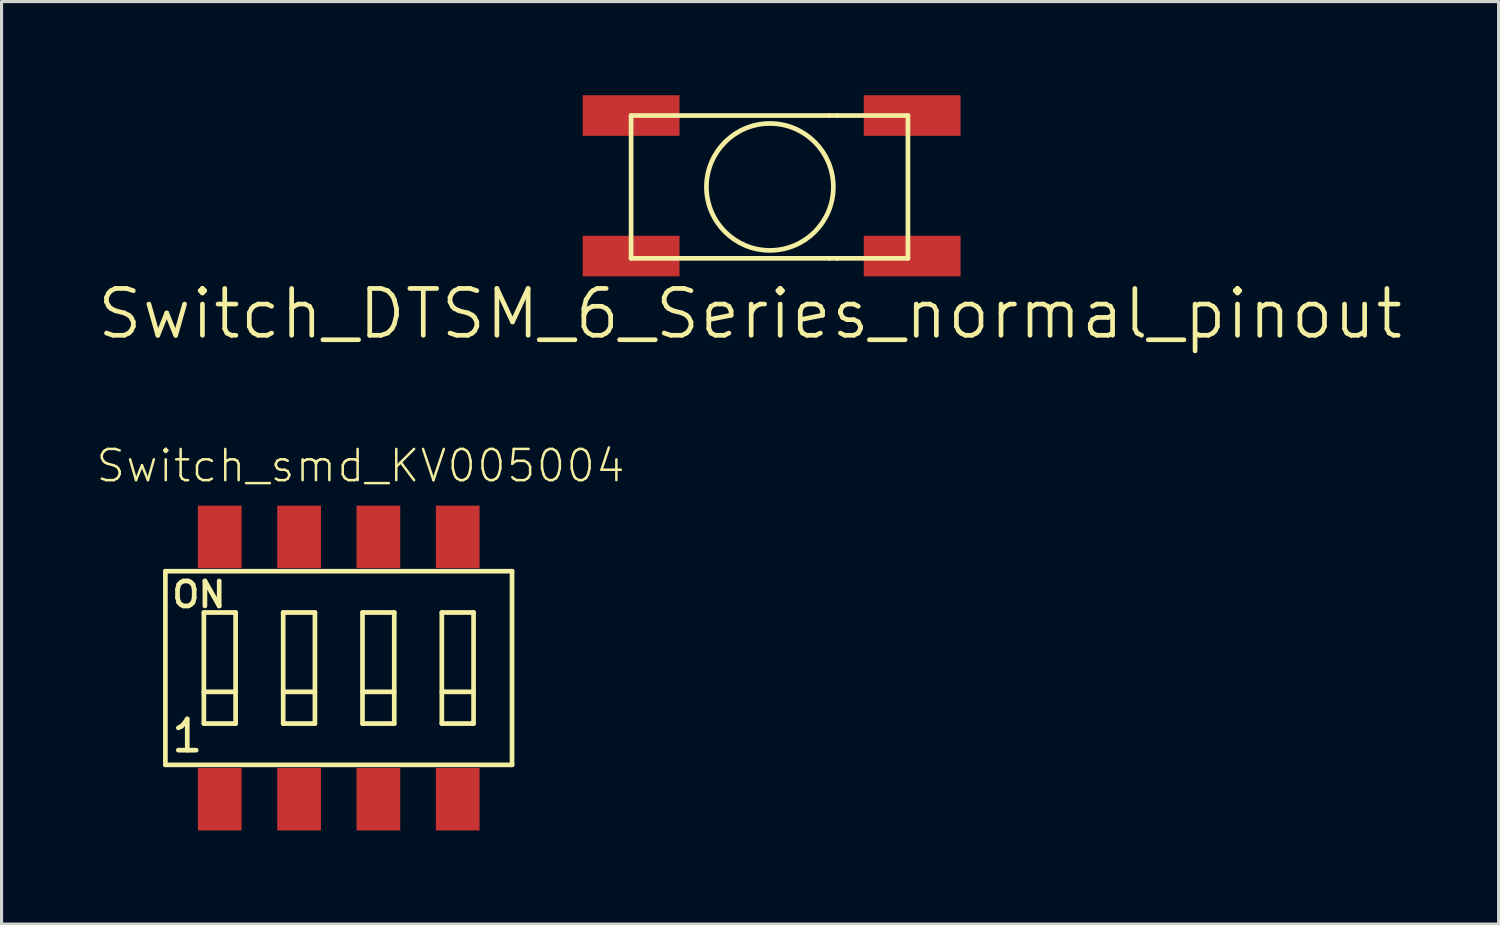
<source format=kicad_pcb>
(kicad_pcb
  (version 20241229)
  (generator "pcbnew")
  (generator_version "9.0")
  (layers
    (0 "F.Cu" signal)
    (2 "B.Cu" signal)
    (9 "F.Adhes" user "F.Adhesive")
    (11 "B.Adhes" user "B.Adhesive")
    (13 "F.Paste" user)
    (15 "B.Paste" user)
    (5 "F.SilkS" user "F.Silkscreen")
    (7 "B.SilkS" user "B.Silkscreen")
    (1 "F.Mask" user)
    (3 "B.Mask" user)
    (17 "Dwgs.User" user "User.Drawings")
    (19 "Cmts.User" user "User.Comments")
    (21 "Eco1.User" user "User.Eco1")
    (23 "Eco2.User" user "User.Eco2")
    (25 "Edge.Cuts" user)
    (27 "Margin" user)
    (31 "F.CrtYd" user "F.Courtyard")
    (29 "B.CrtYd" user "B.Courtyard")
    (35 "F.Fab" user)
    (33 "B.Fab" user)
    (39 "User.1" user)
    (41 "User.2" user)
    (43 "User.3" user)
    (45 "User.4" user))
  (footprint "Switch_smd_KV005004"
    (layer "F.Cu")
    (at 7.796 18.341)
    (property "Reference" "Switch_smd_KV005004" (at 0.7 -6.475 0) (layer "F.SilkS") (effects (font (size 1 1) (thickness 0.08))))
    (attr through_hole)
    (fp_line (start -5.55 -3.1) (end 5.55 -3.1) (stroke (width 0.15) (type solid)) (layer "F.SilkS"))
    (fp_line (start -5.55 3.1) (end -5.55 -3.1) (stroke (width 0.15) (type solid)) (layer "F.SilkS"))
    (fp_line (start -5.55 3.1) (end 5.55 3.1) (stroke (width 0.15) (type solid)) (layer "F.SilkS"))
    (fp_line (start -4.318 -1.778) (end -4.318 1.778) (stroke (width 0.15) (type solid)) (layer "F.SilkS"))
    (fp_line (start -4.318 0.762) (end -3.302 0.762) (stroke (width 0.15) (type solid)) (layer "F.SilkS"))
    (fp_line (start -4.318 1.778) (end -3.302 1.778) (stroke (width 0.15) (type solid)) (layer "F.SilkS"))
    (fp_line (start -3.302 -1.778) (end -4.318 -1.778) (stroke (width 0.15) (type solid)) (layer "F.SilkS"))
    (fp_line (start -3.302 1.778) (end -3.302 -1.778) (stroke (width 0.15) (type solid)) (layer "F.SilkS"))
    (fp_line (start -1.778 -1.778) (end -1.778 1.778) (stroke (width 0.15) (type solid)) (layer "F.SilkS"))
    (fp_line (start -1.778 0.762) (end -0.762 0.762) (stroke (width 0.15) (type solid)) (layer "F.SilkS"))
    (fp_line (start -1.778 1.778) (end -0.762 1.778) (stroke (width 0.15) (type solid)) (layer "F.SilkS"))
    (fp_line (start -0.762 -1.778) (end -1.778 -1.778) (stroke (width 0.15) (type solid)) (layer "F.SilkS"))
    (fp_line (start -0.762 1.778) (end -0.762 -1.778) (stroke (width 0.15) (type solid)) (layer "F.SilkS"))
    (fp_line (start 0.762 -1.778) (end 0.762 1.778) (stroke (width 0.15) (type solid)) (layer "F.SilkS"))
    (fp_line (start 0.762 0.762) (end 1.778 0.762) (stroke (width 0.15) (type solid)) (layer "F.SilkS"))
    (fp_line (start 0.762 1.778) (end 1.778 1.778) (stroke (width 0.15) (type solid)) (layer "F.SilkS"))
    (fp_line (start 1.778 -1.778) (end 0.762 -1.778) (stroke (width 0.15) (type solid)) (layer "F.SilkS"))
    (fp_line (start 1.778 1.778) (end 1.778 -1.778) (stroke (width 0.15) (type solid)) (layer "F.SilkS"))
    (fp_line (start 3.302 -1.778) (end 3.302 1.778) (stroke (width 0.15) (type solid)) (layer "F.SilkS"))
    (fp_line (start 3.302 0.762) (end 4.318 0.762) (stroke (width 0.15) (type solid)) (layer "F.SilkS"))
    (fp_line (start 3.302 1.778) (end 4.318 1.778) (stroke (width 0.15) (type solid)) (layer "F.SilkS"))
    (fp_line (start 4.318 -1.778) (end 3.302 -1.778) (stroke (width 0.15) (type solid)) (layer "F.SilkS"))
    (fp_line (start 4.318 1.778) (end 4.318 -1.778) (stroke (width 0.15) (type solid)) (layer "F.SilkS"))
    (fp_line (start 5.55 -3.1) (end 5.55 3.1) (stroke (width 0.15) (type solid)) (layer "F.SilkS"))
    (fp_text user "ON" (at -4.475 -2.35 0) (layer "F.SilkS") (effects (font (size 0.8 0.8) (thickness 0.15))))
    (fp_text user "1" (at -4.85 2.175 0) (layer "F.SilkS") (effects (font (size 1 1) (thickness 0.15))))
    (pad "1" smd rect (at -3.81 4.2) (size 1.4 2) (layers "F.Cu" "F.Mask" "F.Paste"))
    (pad "2" smd rect (at -1.27 4.2) (size 1.4 2) (layers "F.Cu" "F.Mask" "F.Paste"))
    (pad "3" smd rect (at 1.27 4.2) (size 1.4 2) (layers "F.Cu" "F.Mask" "F.Paste"))
    (pad "4" smd rect (at 3.81 4.2) (size 1.4 2) (layers "F.Cu" "F.Mask" "F.Paste"))
    (pad "5" smd rect (at 3.81 -4.2) (size 1.4 2) (layers "F.Cu" "F.Mask" "F.Paste"))
    (pad "6" smd rect (at 1.27 -4.2) (size 1.4 2) (layers "F.Cu" "F.Mask" "F.Paste"))
    (pad "7" smd rect (at -1.27 -4.2) (size 1.4 2) (layers "F.Cu" "F.Mask" "F.Paste"))
    (pad "8" smd rect (at -3.81 -4.2) (size 1.4 2) (layers "F.Cu" "F.Mask" "F.Paste")))
  (footprint "Switch_DTSM_6_Series_normal_pinout"
    (layer "F.Cu")
    (at 21.603 2.936)
    (property "Reference" "Switch_DTSM_6_Series_normal_pinout" (at -0.635 4.064 0) (layer "F.SilkS") (effects (font (size 1.5 1.5) (thickness 0.15))))
    (attr through_hole)
    (fp_line (start -4.445 -2.286) (end 1.905 -2.286) (stroke (width 0.15) (type solid)) (layer "F.SilkS"))
    (fp_line (start -4.445 2.286) (end -4.445 -2.286) (stroke (width 0.15) (type solid)) (layer "F.SilkS"))
    (fp_line (start 1.905 2.286) (end -4.445 2.286) (stroke (width 0.15) (type solid)) (layer "F.SilkS"))
    (fp_line (start 2.159 -2.286) (end 1.905 -2.286) (stroke (width 0.15) (type solid)) (layer "F.SilkS"))
    (fp_line (start 2.159 -2.286) (end 4.42 -2.286) (stroke (width 0.15) (type solid)) (layer "F.SilkS"))
    (fp_line (start 2.159 2.286) (end 1.905 2.286) (stroke (width 0.15) (type solid)) (layer "F.SilkS"))
    (fp_line (start 2.159 2.286) (end 4.42 2.286) (stroke (width 0.15) (type solid)) (layer "F.SilkS"))
    (fp_line (start 4.42 -2.286) (end 4.42 2.286) (stroke (width 0.15) (type solid)) (layer "F.SilkS"))
    (fp_circle (center 0 0) (end 0 -2.032) (stroke (width 0.15) (type solid)) (fill no) (layer "F.SilkS"))
    (pad "1" smd rect (at -4.445 -2.286) (size 3.1 1.3) (layers "F.Cu" "F.Mask" "F.Paste"))
    (pad "1" smd rect (at 4.555 -2.286) (size 3.1 1.3) (layers "F.Cu" "F.Mask" "F.Paste"))
    (pad "2" smd rect (at -4.445 2.214) (size 3.1 1.3) (layers "F.Cu" "F.Mask" "F.Paste"))
    (pad "2" smd rect (at 4.555 2.214) (size 3.1 1.3) (layers "F.Cu" "F.Mask" "F.Paste")))
  (gr_rect
    (start -3 -3)
    (end 44.936 26.541)
    (stroke (width 0.1) (type default))
    (fill no)
    (layer "Edge.Cuts")))
</source>
